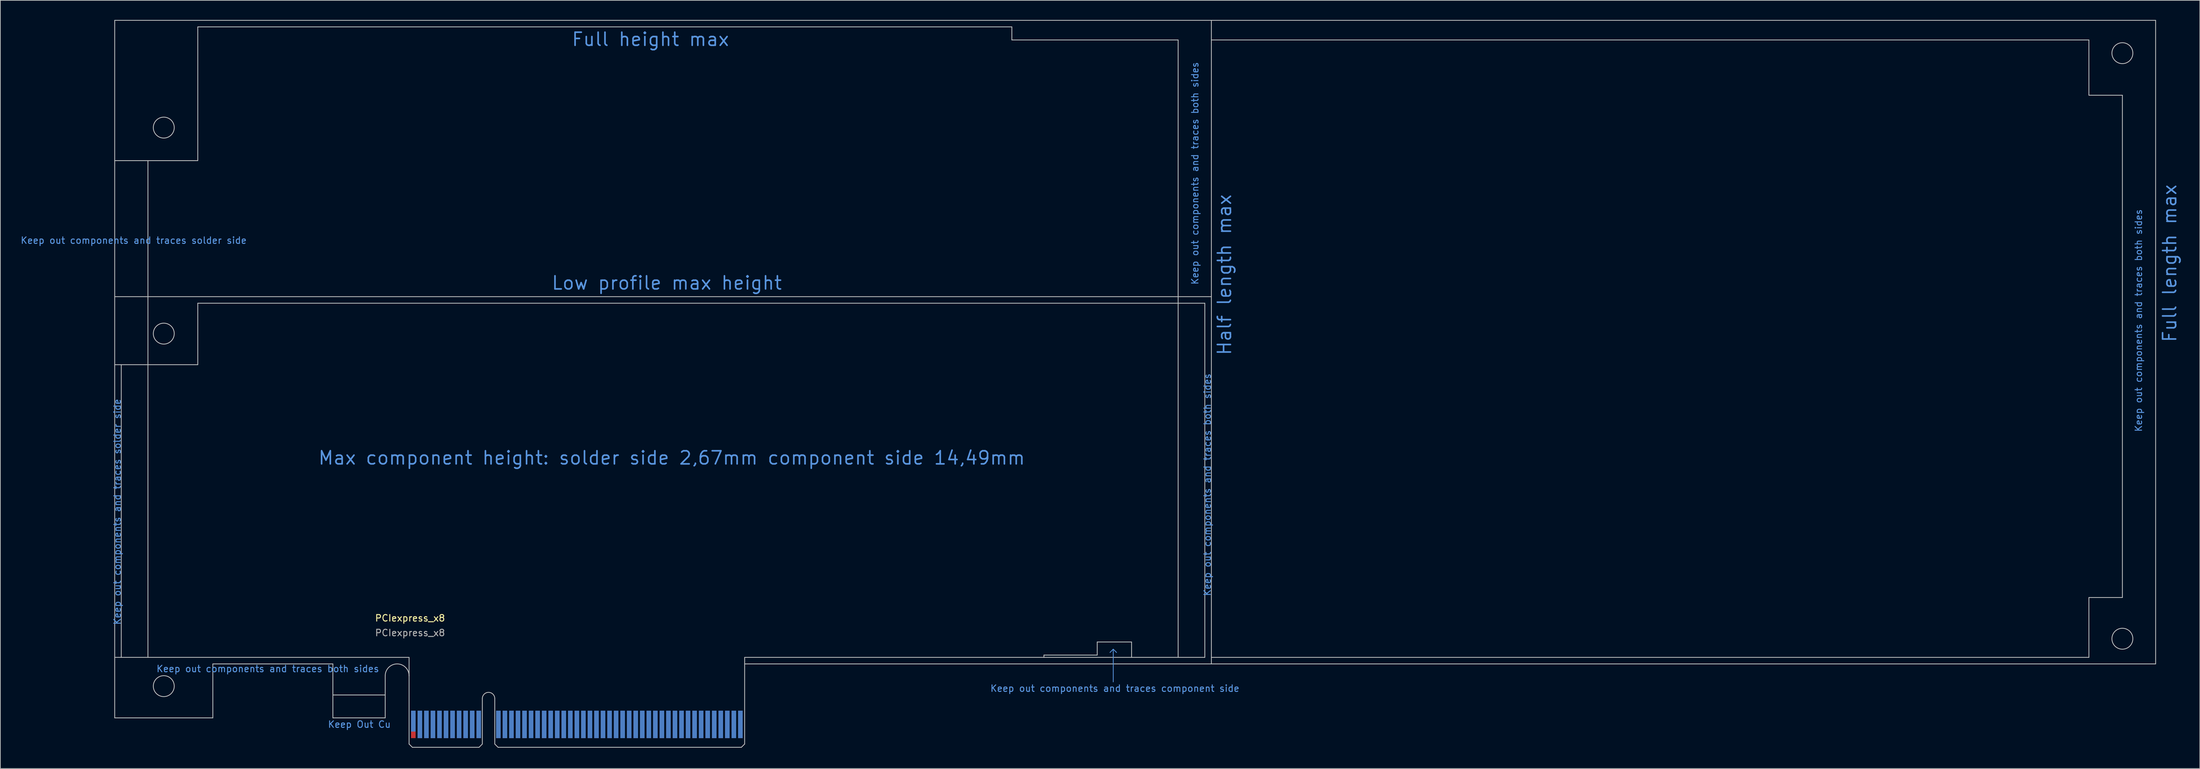
<source format=kicad_pcb>
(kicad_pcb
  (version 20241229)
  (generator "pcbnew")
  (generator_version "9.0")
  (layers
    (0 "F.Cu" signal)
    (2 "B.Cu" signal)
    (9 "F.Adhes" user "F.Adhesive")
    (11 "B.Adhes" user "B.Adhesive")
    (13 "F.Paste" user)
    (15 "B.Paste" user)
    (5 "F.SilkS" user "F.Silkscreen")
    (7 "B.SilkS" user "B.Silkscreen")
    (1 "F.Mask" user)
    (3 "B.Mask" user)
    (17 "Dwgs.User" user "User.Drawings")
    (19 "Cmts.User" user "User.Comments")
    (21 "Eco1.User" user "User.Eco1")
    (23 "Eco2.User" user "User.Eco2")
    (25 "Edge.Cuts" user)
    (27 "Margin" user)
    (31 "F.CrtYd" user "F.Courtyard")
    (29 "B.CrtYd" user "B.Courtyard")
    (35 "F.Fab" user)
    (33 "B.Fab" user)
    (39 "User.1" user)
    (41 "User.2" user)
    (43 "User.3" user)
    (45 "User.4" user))
  (footprint "PCIexpress_x8"
    (layer "F.Cu")
    (at 59.637 111.21)
    (property "Reference" "PCIexpress_x8" (at 0 -19.75 0) (layer "F.SilkS") (effects (font (size 1 1) (thickness 0.15))))
    (attr exclude_from_pos_files exclude_from_bom)
    (fp_poly (pts (xy -11.8 -4.5) (xy -11.8 -8) (xy -3.8 -8) (xy -3.8 -4.5)) (stroke (width 0) (type solid)) (fill yes) (layer "F.Mask"))
    (fp_poly (pts (xy -0.25 -5.5) (xy 51.25 -5.5) (xy 51.25 0) (xy -0.25 0)) (stroke (width 0.2) (type solid)) (fill yes) (layer "F.Mask"))
    (fp_poly (pts (xy -11.8 -4.5) (xy -11.8 -8) (xy -3.8 -8) (xy -3.8 -4.5)) (stroke (width 0) (type solid)) (fill yes) (layer "B.Mask"))
    (fp_poly (pts (xy -0.25 -5.5) (xy 51.25 -5.5) (xy 51.25 0) (xy -0.25 0)) (stroke (width 0.2) (type solid)) (fill yes) (layer "B.Mask"))
    (fp_line (start -45.15 -111.15) (end -45.15 -4.5) (stroke (width 0.12) (type solid)) (layer "Dwgs.User"))
    (fp_line (start -45.15 -111.15) (end 122.5 -111.15) (stroke (width 0.12) (type solid)) (layer "Dwgs.User"))
    (fp_line (start -45.15 -89.7) (end -32.45 -89.7) (stroke (width 0.12) (type solid)) (layer "Dwgs.User"))
    (fp_line (start -45.15 -68.9) (end 122.5 -68.9) (stroke (width 0.12) (type solid)) (layer "Dwgs.User"))
    (fp_line (start -45.15 -58.5) (end -32.45 -58.5) (stroke (width 0.12) (type solid)) (layer "Dwgs.User"))
    (fp_line (start -44.15 -58.5) (end -44.15 -13.75) (stroke (width 0.12) (type solid)) (layer "Dwgs.User"))
    (fp_line (start -40.07 -13.75) (end -40.07 -89.7) (stroke (width 0.12) (type solid)) (layer "Dwgs.User"))
    (fp_line (start -32.45 -110.15) (end -32.45 -89.7) (stroke (width 0.12) (type solid)) (layer "Dwgs.User"))
    (fp_line (start -32.45 -110.15) (end 92 -110.15) (stroke (width 0.12) (type solid)) (layer "Dwgs.User"))
    (fp_line (start -32.45 -67.9) (end 121.5 -67.9) (stroke (width 0.12) (type solid)) (layer "Dwgs.User"))
    (fp_line (start -32.45 -58.5) (end -32.45 -67.9) (stroke (width 0.12) (type solid)) (layer "Dwgs.User"))
    (fp_line (start -30.15 -12.75) (end -11.8 -12.75) (stroke (width 0.12) (type solid)) (layer "Dwgs.User"))
    (fp_line (start -30.15 -4.5) (end -45.15 -4.5) (stroke (width 0.12) (type solid)) (layer "Dwgs.User"))
    (fp_line (start -30.15 -4.5) (end -30.15 -12.75) (stroke (width 0.12) (type solid)) (layer "Dwgs.User"))
    (fp_line (start -11.8 -8) (end -3.8 -8) (stroke (width 0.12) (type solid)) (layer "Dwgs.User"))
    (fp_line (start -11.8 -4.5) (end -11.8 -12.75) (stroke (width 0.12) (type solid)) (layer "Dwgs.User"))
    (fp_line (start -11.8 -4.5) (end -3.8 -4.5) (stroke (width 0.12) (type solid)) (layer "Dwgs.User"))
    (fp_line (start -3.8 -4.5) (end -3.8 -10.925) (stroke (width 0.12) (type solid)) (layer "Dwgs.User"))
    (fp_line (start -0.15 -13.75) (end -45.15 -13.75) (stroke (width 0.12) (type solid)) (layer "Dwgs.User"))
    (fp_line (start -0.15 -10.925) (end -0.15 -13.75) (stroke (width 0.12) (type solid)) (layer "Dwgs.User"))
    (fp_line (start -0.15 -0.5) (end -0.15 -10.925) (stroke (width 0.12) (type solid)) (layer "Dwgs.User"))
    (fp_line (start -0.15 -0.5) (end 0.35 0) (stroke (width 0.12) (type solid)) (layer "Dwgs.User"))
    (fp_line (start 0.35 0) (end 10.55 0) (stroke (width 0.12) (type solid)) (layer "Dwgs.User"))
    (fp_line (start 11.05 -7.45) (end 11.05 -0.5) (stroke (width 0.12) (type solid)) (layer "Dwgs.User"))
    (fp_line (start 11.05 -0.5) (end 10.55 0) (stroke (width 0.12) (type solid)) (layer "Dwgs.User"))
    (fp_line (start 12.95 -7.45) (end 12.95 -0.5) (stroke (width 0.12) (type solid)) (layer "Dwgs.User"))
    (fp_line (start 12.95 -0.5) (end 13.45 0) (stroke (width 0.12) (type solid)) (layer "Dwgs.User"))
    (fp_line (start 13.45 0) (end 50.65 0) (stroke (width 0.12) (type solid)) (layer "Dwgs.User"))
    (fp_line (start 51.15 -13.75) (end 121.5 -13.75) (stroke (width 0.12) (type solid)) (layer "Dwgs.User"))
    (fp_line (start 51.15 -12.75) (end 51.15 -13.75) (stroke (width 0.12) (type solid)) (layer "Dwgs.User"))
    (fp_line (start 51.15 -12.75) (end 122.503 -12.75) (stroke (width 0.12) (type solid)) (layer "Dwgs.User"))
    (fp_line (start 51.15 -0.5) (end 50.65 0) (stroke (width 0.12) (type solid)) (layer "Dwgs.User"))
    (fp_line (start 51.15 -0.5) (end 51.15 -12.75) (stroke (width 0.12) (type solid)) (layer "Dwgs.User"))
    (fp_line (start 92 -110.15) (end 92 -108.15) (stroke (width 0.12) (type solid)) (layer "Dwgs.User"))
    (fp_line (start 92 -108.15) (end 117.42 -108.15) (stroke (width 0.12) (type solid)) (layer "Dwgs.User"))
    (fp_line (start 96.9 -14.1) (end 96.9 -13.75) (stroke (width 0.12) (type solid)) (layer "Dwgs.User"))
    (fp_line (start 96.9 -14.1) (end 105.05 -14.1) (stroke (width 0.12) (type solid)) (layer "Dwgs.User"))
    (fp_line (start 105.05 -16.1) (end 110.3 -16.1) (stroke (width 0.12) (type solid)) (layer "Dwgs.User"))
    (fp_line (start 105.05 -14.1) (end 105.05 -16.1) (stroke (width 0.12) (type solid)) (layer "Dwgs.User"))
    (fp_line (start 110.3 -16.1) (end 110.3 -13.75) (stroke (width 0.12) (type solid)) (layer "Dwgs.User"))
    (fp_line (start 117.42 -108.15) (end 117.42 -13.75) (stroke (width 0.12) (type solid)) (layer "Dwgs.User"))
    (fp_line (start 121.5 -67.9) (end 121.5 -13.75) (stroke (width 0.12) (type solid)) (layer "Dwgs.User"))
    (fp_line (start 122.5 -111.15) (end 122.5 -12.75) (stroke (width 0.12) (type solid)) (layer "Dwgs.User"))
    (fp_line (start 122.5 -111.15) (end 266.85 -111.15) (stroke (width 0.12) (type solid)) (layer "Dwgs.User"))
    (fp_line (start 122.5 -108.15) (end 256.65 -108.15) (stroke (width 0.12) (type solid)) (layer "Dwgs.User"))
    (fp_line (start 122.5 -13.75) (end 256.65 -13.75) (stroke (width 0.12) (type solid)) (layer "Dwgs.User"))
    (fp_line (start 122.503 -12.75) (end 266.853 -12.75) (stroke (width 0.12) (type solid)) (layer "Dwgs.User"))
    (fp_line (start 256.65 -108.15) (end 256.65 -99.7) (stroke (width 0.12) (type solid)) (layer "Dwgs.User"))
    (fp_line (start 256.65 -99.7) (end 261.77 -99.7) (stroke (width 0.12) (type solid)) (layer "Dwgs.User"))
    (fp_line (start 256.65 -22.9) (end 261.77 -22.9) (stroke (width 0.12) (type solid)) (layer "Dwgs.User"))
    (fp_line (start 256.65 -13.75) (end 256.65 -22.9) (stroke (width 0.12) (type solid)) (layer "Dwgs.User"))
    (fp_line (start 261.77 -99.7) (end 261.77 -22.9) (stroke (width 0.12) (type solid)) (layer "Dwgs.User"))
    (fp_line (start 266.85 -111.15) (end 266.853 -12.75) (stroke (width 0.12) (type solid)) (layer "Dwgs.User"))
    (fp_arc (start -3.8 -10.925) (mid -1.975 -12.75) (end -0.15 -10.925) (stroke (width 0.12) (type solid)) (layer "Dwgs.User"))
    (fp_arc (start 11.05 -7.45) (mid 12 -8.4) (end 12.95 -7.45) (stroke (width 0.12) (type solid)) (layer "Dwgs.User"))
    (fp_circle (center -37.65 -94.75) (end -36.05 -94.75) (stroke (width 0.12) (type solid)) (fill no) (layer "Dwgs.User"))
    (fp_circle (center -37.65 -63.25) (end -36.05 -63.25) (stroke (width 0.12) (type solid)) (fill no) (layer "Dwgs.User"))
    (fp_circle (center -37.65 -9.35) (end -36.05 -9.35) (stroke (width 0.12) (type solid)) (fill no) (layer "Dwgs.User"))
    (fp_circle (center 261.77 -106.13) (end 263.37 -106.13) (stroke (width 0.12) (type solid)) (fill no) (layer "Dwgs.User"))
    (fp_circle (center 261.77 -16.6) (end 263.37 -16.6) (stroke (width 0.12) (type solid)) (fill no) (layer "Dwgs.User"))
    (fp_line (start 107.5 -15) (end 107 -14.5) (stroke (width 0.12) (type solid)) (layer "Cmts.User"))
    (fp_line (start 107.5 -15) (end 108 -14.5) (stroke (width 0.12) (type solid)) (layer "Cmts.User"))
    (fp_line (start 107.5 -10) (end 107.5 -15) (stroke (width 0.12) (type solid)) (layer "Cmts.User"))
    (fp_text user "Keep Out Cu" (at -7.75 -3.5 0) (layer "Cmts.User") (effects (font (size 1 1) (thickness 0.15))))
    (fp_text user "Keep out components and traces solder side" (at -44.75 -36 90) (layer "Cmts.User") (effects (font (size 1 1) (thickness 0.15))))
    (fp_text user "Keep out components and traces both sides" (at 121.893 -40.135 90) (layer "Cmts.User") (effects (font (size 1 1) (thickness 0.15))))
    (fp_text user "Keep out components and traces both sides" (at 120 -87.75 90) (layer "Cmts.User") (effects (font (size 1 1) (thickness 0.15))))
    (fp_text user "Full length max" (at 269 -74 90) (layer "Cmts.User") (effects (font (size 2 2) (thickness 0.25))))
    (fp_text user "Max component height: solder side 2,67mm component side 14,49mm" (at 40 -44.25 0) (layer "Cmts.User") (effects (font (size 2 2) (thickness 0.25))))
    (fp_text user "Half length max" (at 124.5 -72.25 90) (layer "Cmts.User") (effects (font (size 2 2) (thickness 0.25))))
    (fp_text user "Keep out components and traces both sides" (at -21.75 -12 0) (layer "Cmts.User") (effects (font (size 1 1) (thickness 0.15))))
    (fp_text user "Keep out components and traces component side" (at 107.75 -9 180) (layer "Cmts.User") (effects (font (size 1 1) (thickness 0.15))))
    (fp_text user "Keep out components and traces both sides" (at 264.25 -65.25 90) (layer "Cmts.User") (effects (font (size 1 1) (thickness 0.15))))
    (fp_text user "Keep out components and traces solder side" (at -42.25 -77.5 180) (layer "Cmts.User") (effects (font (size 1 1) (thickness 0.15))))
    (fp_text user "Low profile max height" (at 39.25 -71 0) (layer "Cmts.User") (effects (font (size 2 2) (thickness 0.25))))
    (fp_text user "Full height max" (at 36.75 -108.25 0) (layer "Cmts.User") (effects (font (size 2 2) (thickness 0.25))))
    (fp_text user "${REFERENCE}" (at 0 -17.5 0) (layer "F.Fab") (effects (font (size 1 1) (thickness 0.15))))
    (pad "A1" connect rect (at 0.5 -4) (size 0.7 3.2) (layers "B.Cu"))
    (pad "A2" connect rect (at 1.5 -3.5) (size 0.7 4.2) (layers "B.Cu"))
    (pad "A3" connect rect (at 2.5 -3.5) (size 0.7 4.2) (layers "B.Cu"))
    (pad "A4" connect rect (at 3.5 -3.5) (size 0.7 4.2) (layers "B.Cu"))
    (pad "A5" connect rect (at 4.5 -3.5) (size 0.7 4.2) (layers "B.Cu"))
    (pad "A6" connect rect (at 5.5 -3.5) (size 0.7 4.2) (layers "B.Cu"))
    (pad "A7" connect rect (at 6.5 -3.5) (size 0.7 4.2) (layers "B.Cu"))
    (pad "A8" connect rect (at 7.5 -3.5) (size 0.7 4.2) (layers "B.Cu"))
    (pad "A9" connect rect (at 8.5 -3.5) (size 0.7 4.2) (layers "B.Cu"))
    (pad "A10" connect rect (at 9.5 -3.5) (size 0.7 4.2) (layers "B.Cu"))
    (pad "A11" connect rect (at 10.5 -3.5) (size 0.7 4.2) (layers "B.Cu"))
    (pad "A12" connect rect (at 13.5 -3.5) (size 0.7 4.2) (layers "B.Cu"))
    (pad "A13" connect rect (at 14.5 -3.5) (size 0.7 4.2) (layers "B.Cu"))
    (pad "A14" connect rect (at 15.5 -3.5) (size 0.7 4.2) (layers "B.Cu"))
    (pad "A15" connect rect (at 16.5 -3.5) (size 0.7 4.2) (layers "B.Cu"))
    (pad "A16" connect rect (at 17.5 -3.5) (size 0.7 4.2) (layers "B.Cu"))
    (pad "A17" connect rect (at 18.5 -3.5) (size 0.7 4.2) (layers "B.Cu"))
    (pad "A18" connect rect (at 19.5 -3.5) (size 0.7 4.2) (layers "B.Cu"))
    (pad "A19" connect rect (at 20.5 -3.5) (size 0.7 4.2) (layers "B.Cu"))
    (pad "A20" connect rect (at 21.5 -3.5) (size 0.7 4.2) (layers "B.Cu"))
    (pad "A21" connect rect (at 22.5 -3.5) (size 0.7 4.2) (layers "B.Cu"))
    (pad "A22" connect rect (at 23.5 -3.5) (size 0.7 4.2) (layers "B.Cu"))
    (pad "A23" connect rect (at 24.5 -3.5) (size 0.7 4.2) (layers "B.Cu"))
    (pad "A24" connect rect (at 25.5 -3.5) (size 0.7 4.2) (layers "B.Cu"))
    (pad "A25" connect rect (at 26.5 -3.5) (size 0.7 4.2) (layers "B.Cu"))
    (pad "A26" connect rect (at 27.5 -3.5) (size 0.7 4.2) (layers "B.Cu"))
    (pad "A27" connect rect (at 28.5 -3.5) (size 0.7 4.2) (layers "B.Cu"))
    (pad "A28" connect rect (at 29.5 -3.5) (size 0.7 4.2) (layers "B.Cu"))
    (pad "A29" connect rect (at 30.5 -3.5) (size 0.7 4.2) (layers "B.Cu"))
    (pad "A30" connect rect (at 31.5 -3.5) (size 0.7 4.2) (layers "B.Cu"))
    (pad "A31" connect rect (at 32.5 -3.5) (size 0.7 4.2) (layers "B.Cu"))
    (pad "A32" connect rect (at 33.5 -3.5) (size 0.7 4.2) (layers "B.Cu"))
    (pad "A33" connect rect (at 34.5 -3.5) (size 0.7 4.2) (layers "B.Cu"))
    (pad "A34" connect rect (at 35.5 -3.5) (size 0.7 4.2) (layers "B.Cu"))
    (pad "A35" connect rect (at 36.5 -3.5) (size 0.7 4.2) (layers "B.Cu"))
    (pad "A36" connect rect (at 37.5 -3.5) (size 0.7 4.2) (layers "B.Cu"))
    (pad "A37" connect rect (at 38.5 -3.5) (size 0.7 4.2) (layers "B.Cu"))
    (pad "A38" connect rect (at 39.5 -3.5) (size 0.7 4.2) (layers "B.Cu"))
    (pad "A39" connect rect (at 40.5 -3.5) (size 0.7 4.2) (layers "B.Cu"))
    (pad "A40" connect rect (at 41.5 -3.5) (size 0.7 4.2) (layers "B.Cu"))
    (pad "A41" connect rect (at 42.5 -3.5) (size 0.7 4.2) (layers "B.Cu"))
    (pad "A42" connect rect (at 43.5 -3.5) (size 0.7 4.2) (layers "B.Cu"))
    (pad "A43" connect rect (at 44.5 -3.5) (size 0.7 4.2) (layers "B.Cu"))
    (pad "A44" connect rect (at 45.5 -3.5) (size 0.7 4.2) (layers "B.Cu"))
    (pad "A45" connect rect (at 46.5 -3.5) (size 0.7 4.2) (layers "B.Cu"))
    (pad "A46" connect rect (at 47.5 -3.5) (size 0.7 4.2) (layers "B.Cu"))
    (pad "A47" connect rect (at 48.5 -3.5) (size 0.7 4.2) (layers "B.Cu"))
    (pad "A48" connect rect (at 49.5 -3.5) (size 0.7 4.2) (layers "B.Cu"))
    (pad "A49" connect rect (at 50.5 -3.5) (size 0.7 4.2) (layers "B.Cu"))
    (pad "B1" connect rect (at 0.5 -3.5) (size 0.7 4.2) (layers "F.Cu"))
    (pad "B2" connect rect (at 1.5 -3.5) (size 0.7 4.2) (layers "F.Cu"))
    (pad "B3" connect rect (at 2.5 -3.5) (size 0.7 4.2) (layers "F.Cu"))
    (pad "B4" connect rect (at 3.5 -3.5) (size 0.7 4.2) (layers "F.Cu"))
    (pad "B5" connect rect (at 4.5 -3.5) (size 0.7 4.2) (layers "F.Cu"))
    (pad "B6" connect rect (at 5.5 -3.5) (size 0.7 4.2) (layers "F.Cu"))
    (pad "B7" connect rect (at 6.5 -3.5) (size 0.7 4.2) (layers "F.Cu"))
    (pad "B8" connect rect (at 7.5 -3.5) (size 0.7 4.2) (layers "F.Cu"))
    (pad "B9" connect rect (at 8.5 -3.5) (size 0.7 4.2) (layers "F.Cu"))
    (pad "B10" connect rect (at 9.5 -3.5) (size 0.7 4.2) (layers "F.Cu"))
    (pad "B11" connect rect (at 10.5 -3.5) (size 0.7 4.2) (layers "F.Cu"))
    (pad "B12" connect rect (at 13.5 -3.5) (size 0.7 4.2) (layers "F.Cu"))
    (pad "B13" connect rect (at 14.5 -3.5) (size 0.7 4.2) (layers "F.Cu"))
    (pad "B14" connect rect (at 15.5 -3.5) (size 0.7 4.2) (layers "F.Cu"))
    (pad "B15" connect rect (at 16.5 -3.5) (size 0.7 4.2) (layers "F.Cu"))
    (pad "B16" connect rect (at 17.5 -3.5) (size 0.7 4.2) (layers "F.Cu"))
    (pad "B17" connect rect (at 18.5 -4) (size 0.7 3.2) (layers "F.Cu"))
    (pad "B18" connect rect (at 19.5 -3.5) (size 0.7 4.2) (layers "F.Cu"))
    (pad "B19" connect rect (at 20.5 -3.5) (size 0.7 4.2) (layers "F.Cu"))
    (pad "B20" connect rect (at 21.5 -3.5) (size 0.7 4.2) (layers "F.Cu"))
    (pad "B21" connect rect (at 22.5 -3.5) (size 0.7 4.2) (layers "F.Cu"))
    (pad "B22" connect rect (at 23.5 -3.5) (size 0.7 4.2) (layers "F.Cu"))
    (pad "B23" connect rect (at 24.5 -3.5) (size 0.7 4.2) (layers "F.Cu"))
    (pad "B24" connect rect (at 25.5 -3.5) (size 0.7 4.2) (layers "F.Cu"))
    (pad "B25" connect rect (at 26.5 -3.5) (size 0.7 4.2) (layers "F.Cu"))
    (pad "B26" connect rect (at 27.5 -3.5) (size 0.7 4.2) (layers "F.Cu"))
    (pad "B27" connect rect (at 28.5 -3.5) (size 0.7 4.2) (layers "F.Cu"))
    (pad "B28" connect rect (at 29.5 -3.5) (size 0.7 4.2) (layers "F.Cu"))
    (pad "B29" connect rect (at 30.5 -3.5) (size 0.7 4.2) (layers "F.Cu"))
    (pad "B30" connect rect (at 31.5 -3.5) (size 0.7 4.2) (layers "F.Cu"))
    (pad "B31" connect rect (at 32.5 -4) (size 0.7 3.2) (layers "F.Cu"))
    (pad "B32" connect rect (at 33.5 -3.5) (size 0.7 4.2) (layers "F.Cu"))
    (pad "B33" connect rect (at 34.5 -3.5) (size 0.7 4.2) (layers "F.Cu"))
    (pad "B34" connect rect (at 35.5 -3.5) (size 0.7 4.2) (layers "F.Cu"))
    (pad "B35" connect rect (at 36.5 -3.5) (size 0.7 4.2) (layers "F.Cu"))
    (pad "B36" connect rect (at 37.5 -3.5) (size 0.7 4.2) (layers "F.Cu"))
    (pad "B37" connect rect (at 38.5 -3.5) (size 0.7 4.2) (layers "F.Cu"))
    (pad "B38" connect rect (at 39.5 -3.5) (size 0.7 4.2) (layers "F.Cu"))
    (pad "B39" connect rect (at 40.5 -3.5) (size 0.7 4.2) (layers "F.Cu"))
    (pad "B40" connect rect (at 41.5 -3.5) (size 0.7 4.2) (layers "F.Cu"))
    (pad "B41" connect rect (at 42.5 -3.5) (size 0.7 4.2) (layers "F.Cu"))
    (pad "B42" connect rect (at 43.5 -3.5) (size 0.7 4.2) (layers "F.Cu"))
    (pad "B43" connect rect (at 44.5 -3.5) (size 0.7 4.2) (layers "F.Cu"))
    (pad "B44" connect rect (at 45.5 -3.5) (size 0.7 4.2) (layers "F.Cu"))
    (pad "B45" connect rect (at 46.5 -3.5) (size 0.7 4.2) (layers "F.Cu"))
    (pad "B46" connect rect (at 47.5 -3.5) (size 0.7 4.2) (layers "F.Cu"))
    (pad "B47" connect rect (at 48.5 -3.5) (size 0.7 4.2) (layers "F.Cu"))
    (pad "B48" connect rect (at 49.5 -4) (size 0.7 3.2) (layers "F.Cu"))
    (pad "B49" connect rect (at 50.5 -3.5) (size 0.7 4.2) (layers "F.Cu")))
  (gr_rect
    (start -3 -3)
    (end 333.246 114.46)
    (stroke (width 0.1) (type default))
    (fill no)
    (layer "Edge.Cuts")))
</source>
